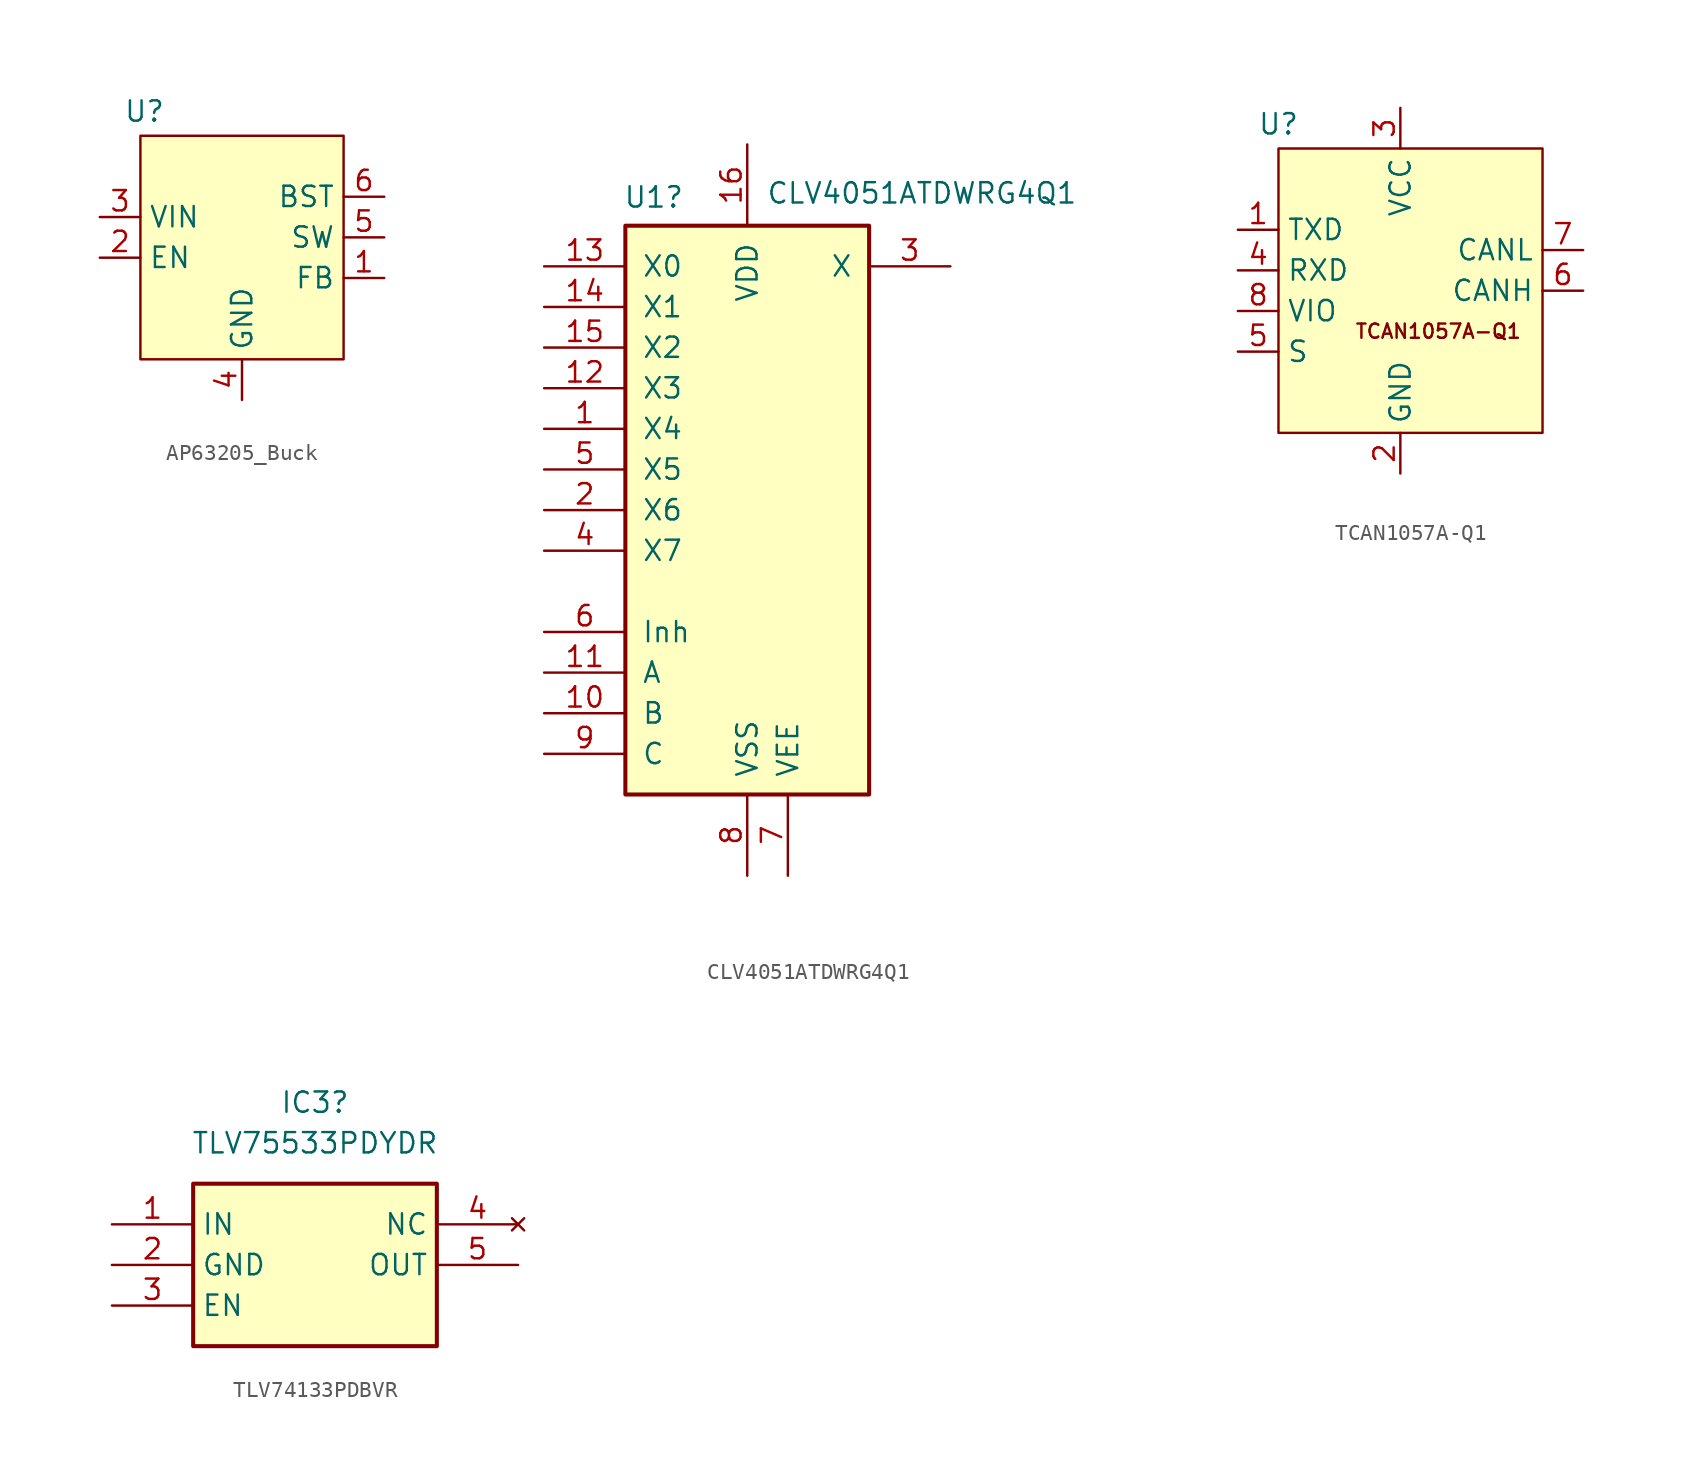
<source format=kicad_sym>
(kicad_symbol_lib
  (version 20241209)
  (generator "kicad_symbol_editor")
  (generator_version "9.0")
  (symbol "AP63205_Buck"
    (property "Reference" "U"
      (at -6.096 9.144 0)
      (effects (font (size 1.27 1.27))))
    (property "Value" ""
      (at 0 0 0)
      (effects (font (size 1.27 1.27))))
    (symbol "AP63205_Buck_0_0"
      (pin power_in line (at -8.89 2.54 0) (length 2.54) (name "VIN" (effects (font (size 1.27 1.27)))) (number "3" (effects (font (size 1.27 1.27)))))
      (pin input line (at -8.89 0 0) (length 2.54) (name "EN" (effects (font (size 1.27 1.27)))) (number "2" (effects (font (size 1.27 1.27)))))
      (pin bidirectional line (at 8.89 3.81 180) (length 2.54) (name "BST" (effects (font (size 1.27 1.27)))) (number "6" (effects (font (size 1.27 1.27)))))
      (pin power_out line (at 8.89 1.27 180) (length 2.54) (name "SW" (effects (font (size 1.27 1.27)))) (number "5" (effects (font (size 1.27 1.27)))))
      (pin bidirectional line (at 8.89 -1.27 180) (length 2.54) (name "FB" (effects (font (size 1.27 1.27)))) (number "1" (effects (font (size 1.27 1.27))))))
    (symbol "AP63205_Buck_1_0"
      (pin power_in line (at 0 -8.89 90) (length 2.54) (name "GND" (effects (font (size 1.27 1.27)))) (number "4" (effects (font (size 1.27 1.27))))))
    (symbol "AP63205_Buck_1_1"
      (rectangle (start -6.35 7.62) (end 6.35 -6.35) (stroke (width 0) (type solid)) (fill (type color) (color 255 255 194 1)))))
  (symbol "CLV4051ATDWRG4Q1"
    (pin_names
      (offset 1.016))
    (property "Reference" "U1"
      (at -5.842 19.558 0)
      (effects (font (size 1.27 1.27))))
    (property "Value" "CLV4051ATDWRG4Q1"
      (at 10.922 19.812 0)
      (effects (font (size 1.27 1.27))))
    (property "Description" ""
      (at 0 0 0)
      (effects (font (size 1.27 1.27))))
    (property "ki_locked" ""
      (at 0 0 0)
      (effects (font (size 1.27 1.27))))
    (symbol "CLV4051ATDWRG4Q1_1_0"
      (pin passive line (at -12.7 15.24 0) (length 5.08) (name "X0" (effects (font (size 1.27 1.27)))) (number "13" (effects (font (size 1.27 1.27)))))
      (pin passive line (at -12.7 12.7 0) (length 5.08) (name "X1" (effects (font (size 1.27 1.27)))) (number "14" (effects (font (size 1.27 1.27)))))
      (pin passive line (at -12.7 10.16 0) (length 5.08) (name "X2" (effects (font (size 1.27 1.27)))) (number "15" (effects (font (size 1.27 1.27)))))
      (pin passive line (at -12.7 7.62 0) (length 5.08) (name "X3" (effects (font (size 1.27 1.27)))) (number "12" (effects (font (size 1.27 1.27)))))
      (pin passive line (at -12.7 5.08 0) (length 5.08) (name "X4" (effects (font (size 1.27 1.27)))) (number "1" (effects (font (size 1.27 1.27)))))
      (pin passive line (at -12.7 2.54 0) (length 5.08) (name "X5" (effects (font (size 1.27 1.27)))) (number "5" (effects (font (size 1.27 1.27)))))
      (pin passive line (at -12.7 0 0) (length 5.08) (name "X6" (effects (font (size 1.27 1.27)))) (number "2" (effects (font (size 1.27 1.27)))))
      (pin passive line (at -12.7 -2.54 0) (length 5.08) (name "X7" (effects (font (size 1.27 1.27)))) (number "4" (effects (font (size 1.27 1.27)))))
      (pin input line (at -12.7 -7.62 0) (length 5.08) (name "Inh" (effects (font (size 1.27 1.27)))) (number "6" (effects (font (size 1.27 1.27)))))
      (pin input line (at -12.7 -10.16 0) (length 5.08) (name "A" (effects (font (size 1.27 1.27)))) (number "11" (effects (font (size 1.27 1.27)))))
      (pin input line (at -12.7 -12.7 0) (length 5.08) (name "B" (effects (font (size 1.27 1.27)))) (number "10" (effects (font (size 1.27 1.27)))))
      (pin input line (at -12.7 -15.24 0) (length 5.08) (name "C" (effects (font (size 1.27 1.27)))) (number "9" (effects (font (size 1.27 1.27)))))
      (pin power_in line (at 0 22.86 270) (length 5.08) (name "VDD" (effects (font (size 1.27 1.27)))) (number "16" (effects (font (size 1.27 1.27)))))
      (pin power_in line (at 0 -22.86 90) (length 5.08) (name "VSS" (effects (font (size 1.27 1.27)))) (number "8" (effects (font (size 1.27 1.27)))))
      (pin power_in line (at 2.54 -22.86 90) (length 5.08) (name "VEE" (effects (font (size 1.27 1.27)))) (number "7" (effects (font (size 1.27 1.27)))))
      (pin passive line (at 12.7 15.24 180) (length 5.08) (name "X" (effects (font (size 1.27 1.27)))) (number "3" (effects (font (size 1.27 1.27))))))
    (symbol "CLV4051ATDWRG4Q1_1_1"
      (rectangle (start -7.62 17.78) (end 7.62 -17.78) (stroke (width 0.254) (type default)) (fill (type background)))))
  (symbol "TCAN1057A-Q1"
    (property "Reference" "U"
      (at -7.62 11.684 0)
      (effects (font (size 1.27 1.27))))
    (property "Value" ""
      (at 0 0 0)
      (effects (font (size 1.27 1.27))))
    (symbol "TCAN1057A-Q1_0_0"
      (pin input line (at -10.16 5.08 0) (length 2.54) (name "TXD" (effects (font (size 1.27 1.27)))) (number "1" (effects (font (size 1.27 1.27)))))
      (pin input line (at -10.16 2.54 0) (length 2.54) (name "RXD" (effects (font (size 1.27 1.27)))) (number "4" (effects (font (size 1.27 1.27)))))
      (pin output line (at 11.43 3.81 180) (length 2.54) (name "CANL" (effects (font (size 1.27 1.27)))) (number "7" (effects (font (size 1.27 1.27)))))
      (pin output line (at 11.43 1.27 180) (length 2.54) (name "CANH" (effects (font (size 1.27 1.27)))) (number "6" (effects (font (size 1.27 1.27))))))
    (symbol "TCAN1057A-Q1_1_0"
      (pin power_in line (at -10.16 0 0) (length 2.54) (name "VIO" (effects (font (size 1.27 1.27)))) (number "8" (effects (font (size 1.27 1.27)))))
      (pin input line (at -10.16 -2.54 0) (length 2.54) (name "S" (effects (font (size 1.27 1.27)))) (number "5" (effects (font (size 1.27 1.27)))))
      (pin power_in line (at 0 12.7 270) (length 2.54) (name "VCC" (effects (font (size 1.27 1.27)))) (number "3" (effects (font (size 1.27 1.27)))))
      (pin power_in line (at 0 -10.16 90) (length 2.54) (name "GND" (effects (font (size 1.27 1.27)))) (number "2" (effects (font (size 1.27 1.27))))))
    (symbol "TCAN1057A-Q1_1_1"
      (rectangle (start -7.62 10.16) (end 8.89 -7.62) (stroke (width 0) (type solid)) (fill (type color) (color 255 255 194 1)))
      (text " TCAN1057A-Q1" (at 2.032 -1.27 0) (effects (font (size 0.889 0.889))))))
  (symbol "TLV74133PDBVR"
    (property "Reference" "IC3"
      (at 12.7 7.62 0)
      (effects (font (size 1.27 1.27))))
    (property "Value" "TLV75533PDYDR"
      (at 12.7 5.08 0)
      (effects (font (size 1.27 1.27))))
    (symbol "TLV74133PDBVR_1_1"
      (rectangle (start 5.08 2.54) (end 20.32 -7.62) (stroke (width 0.254) (type default)) (fill (type background)))
      (pin passive line (at 0 0 0) (length 5.08) (name "IN" (effects (font (size 1.27 1.27)))) (number "1" (effects (font (size 1.27 1.27)))))
      (pin passive line (at 0 -2.54 0) (length 5.08) (name "GND" (effects (font (size 1.27 1.27)))) (number "2" (effects (font (size 1.27 1.27)))))
      (pin passive line (at 0 -5.08 0) (length 5.08) (name "EN" (effects (font (size 1.27 1.27)))) (number "3" (effects (font (size 1.27 1.27)))))
      (pin no_connect line (at 25.4 0 180) (length 5.08) (name "NC" (effects (font (size 1.27 1.27)))) (number "4" (effects (font (size 1.27 1.27)))))
      (pin passive line (at 25.4 -2.54 180) (length 5.08) (name "OUT" (effects (font (size 1.27 1.27)))) (number "5" (effects (font (size 1.27 1.27))))))))
</source>
